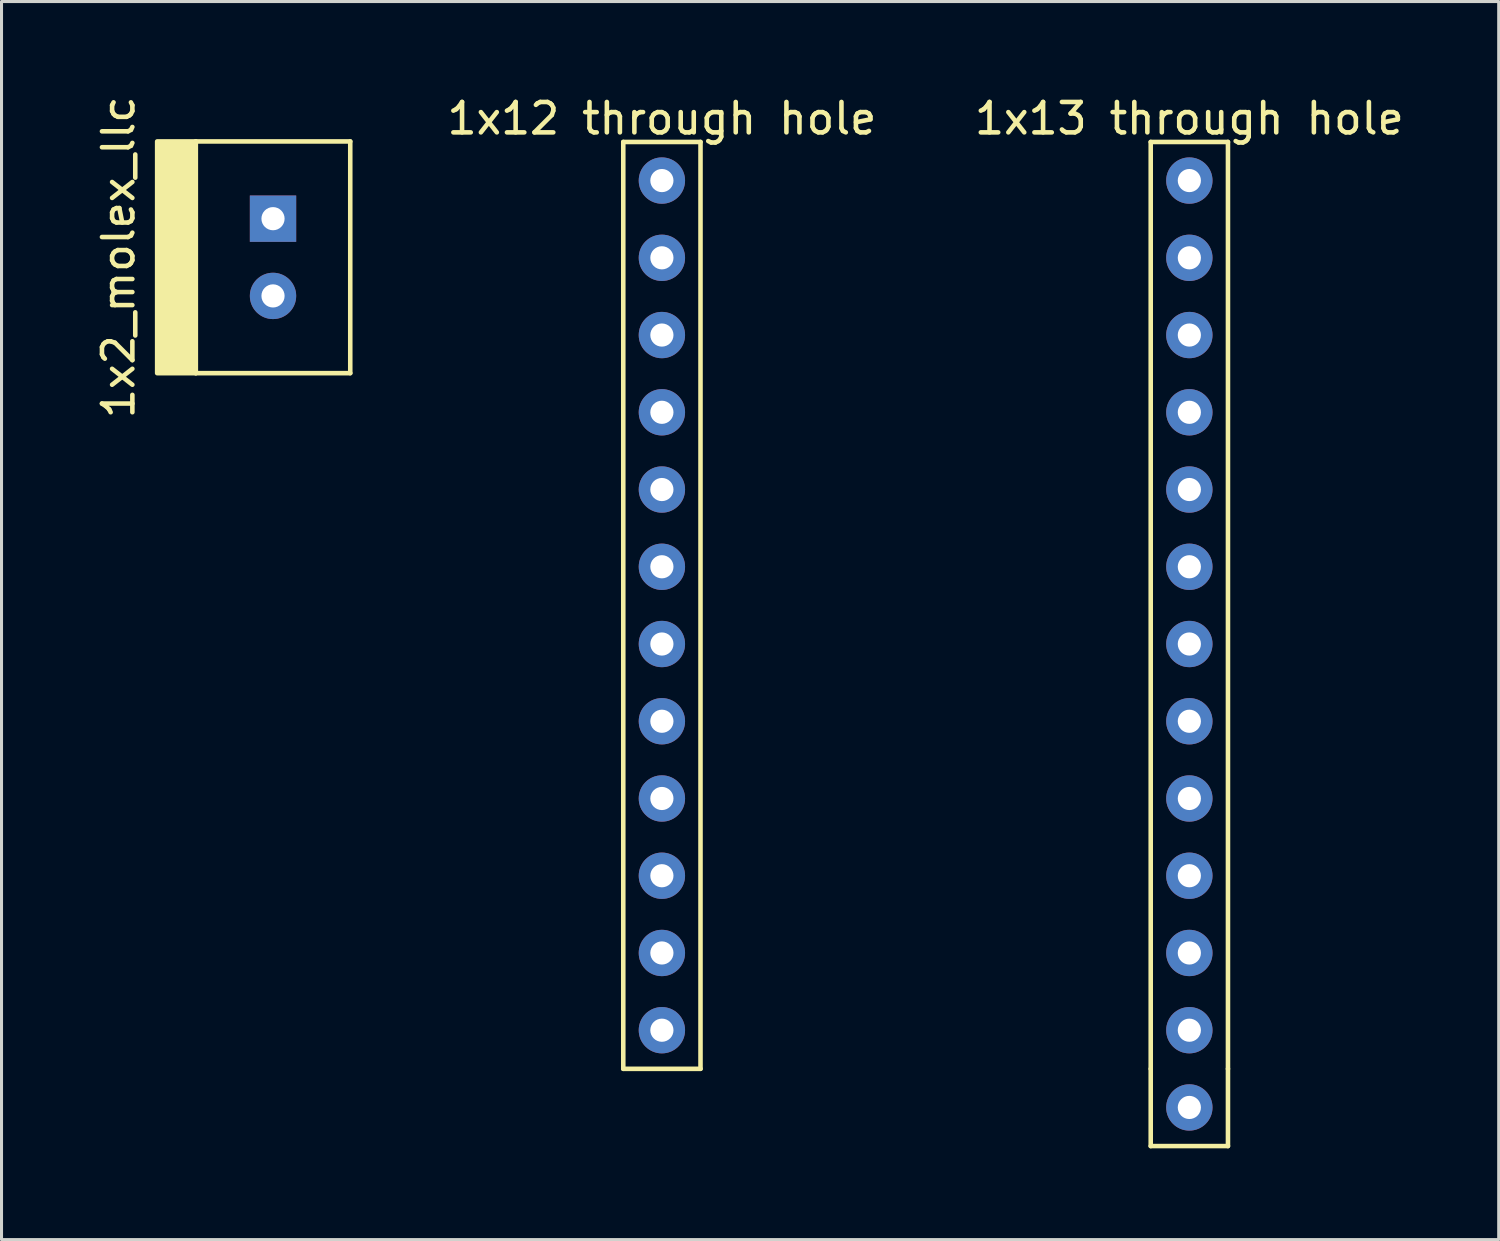
<source format=kicad_pcb>
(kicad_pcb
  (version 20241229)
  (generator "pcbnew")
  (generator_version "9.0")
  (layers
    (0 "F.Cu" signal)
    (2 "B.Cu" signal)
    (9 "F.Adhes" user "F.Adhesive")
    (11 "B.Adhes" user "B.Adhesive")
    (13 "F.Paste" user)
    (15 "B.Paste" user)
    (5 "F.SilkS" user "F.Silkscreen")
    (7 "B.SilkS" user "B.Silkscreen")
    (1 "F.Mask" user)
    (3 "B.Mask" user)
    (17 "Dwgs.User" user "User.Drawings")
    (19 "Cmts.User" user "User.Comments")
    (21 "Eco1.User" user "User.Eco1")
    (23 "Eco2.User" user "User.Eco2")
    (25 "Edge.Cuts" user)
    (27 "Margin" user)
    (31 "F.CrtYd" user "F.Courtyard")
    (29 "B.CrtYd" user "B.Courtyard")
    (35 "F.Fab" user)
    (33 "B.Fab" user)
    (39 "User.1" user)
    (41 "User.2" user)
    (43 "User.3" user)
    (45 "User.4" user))
  (footprint "1x12 through hole"
    (layer "F.Cu")
    (at 18.716 0.348)
    (property "Reference" "1x12 through hole" (at 0 0.5 0) (layer "F.SilkS") (effects (font (size 1 1) (thickness 0.15))))
    (attr through_hole)
    (fp_line (start -1.27 1.27) (end 1.27 1.27) (stroke (width 0.15) (type solid)) (layer "F.SilkS"))
    (fp_line (start -1.27 31.75) (end -1.27 1.27) (stroke (width 0.15) (type solid)) (layer "F.SilkS"))
    (fp_line (start 1.27 1.27) (end 1.27 31.75) (stroke (width 0.15) (type solid)) (layer "F.SilkS"))
    (fp_line (start 1.27 31.75) (end -1.27 31.75) (stroke (width 0.15) (type solid)) (layer "F.SilkS"))
    (pad "1" thru_hole circle (at 0 2.54) (size 1.524 1.524) (drill 0.762) (layers "*.Cu" "*.Mask"))
    (pad "2" thru_hole circle (at 0 5.08) (size 1.524 1.524) (drill 0.762) (layers "*.Cu" "*.Mask"))
    (pad "3" thru_hole circle (at 0 7.62) (size 1.524 1.524) (drill 0.762) (layers "*.Cu" "*.Mask"))
    (pad "4" thru_hole circle (at 0 10.16) (size 1.524 1.524) (drill 0.762) (layers "*.Cu" "*.Mask"))
    (pad "5" thru_hole circle (at 0 12.7) (size 1.524 1.524) (drill 0.762) (layers "*.Cu" "*.Mask"))
    (pad "6" thru_hole circle (at 0 15.24) (size 1.524 1.524) (drill 0.762) (layers "*.Cu" "*.Mask"))
    (pad "7" thru_hole circle (at 0 17.78) (size 1.524 1.524) (drill 0.762) (layers "*.Cu" "*.Mask"))
    (pad "8" thru_hole circle (at 0 20.32) (size 1.524 1.524) (drill 0.762) (layers "*.Cu" "*.Mask"))
    (pad "9" thru_hole circle (at 0 22.86) (size 1.524 1.524) (drill 0.762) (layers "*.Cu" "*.Mask"))
    (pad "10" thru_hole circle (at 0 25.4) (size 1.524 1.524) (drill 0.762) (layers "*.Cu" "*.Mask"))
    (pad "11" thru_hole circle (at 0 27.94) (size 1.524 1.524) (drill 0.762) (layers "*.Cu" "*.Mask"))
    (pad "12" thru_hole circle (at 0 30.48) (size 1.524 1.524) (drill 0.762) (layers "*.Cu" "*.Mask")))
  (footprint "1x13 through hole"
    (layer "F.Cu")
    (at 36.061 0.348)
    (property "Reference" "1x13 through hole" (at 0 0.5 0) (layer "F.SilkS") (effects (font (size 1 1) (thickness 0.15))))
    (attr through_hole)
    (fp_line (start -1.27 1.27) (end 1.27 1.27) (stroke (width 0.15) (type solid)) (layer "F.SilkS"))
    (fp_line (start -1.27 31.75) (end -1.27 1.27) (stroke (width 0.15) (type solid)) (layer "F.SilkS"))
    (fp_line (start -1.27 34.29) (end -1.27 31.75) (stroke (width 0.15) (type solid)) (layer "F.SilkS"))
    (fp_line (start 1.27 1.27) (end 1.27 31.75) (stroke (width 0.15) (type solid)) (layer "F.SilkS"))
    (fp_line (start 1.27 31.75) (end 1.27 34.29) (stroke (width 0.15) (type solid)) (layer "F.SilkS"))
    (fp_line (start 1.27 34.29) (end -1.27 34.29) (stroke (width 0.15) (type solid)) (layer "F.SilkS"))
    (pad "1" thru_hole circle (at 0 2.54) (size 1.524 1.524) (drill 0.762) (layers "*.Cu" "*.Mask"))
    (pad "2" thru_hole circle (at 0 5.08) (size 1.524 1.524) (drill 0.762) (layers "*.Cu" "*.Mask"))
    (pad "3" thru_hole circle (at 0 7.62) (size 1.524 1.524) (drill 0.762) (layers "*.Cu" "*.Mask"))
    (pad "4" thru_hole circle (at 0 10.16) (size 1.524 1.524) (drill 0.762) (layers "*.Cu" "*.Mask"))
    (pad "5" thru_hole circle (at 0 12.7) (size 1.524 1.524) (drill 0.762) (layers "*.Cu" "*.Mask"))
    (pad "6" thru_hole circle (at 0 15.24) (size 1.524 1.524) (drill 0.762) (layers "*.Cu" "*.Mask"))
    (pad "7" thru_hole circle (at 0 17.78) (size 1.524 1.524) (drill 0.762) (layers "*.Cu" "*.Mask"))
    (pad "8" thru_hole circle (at 0 20.32) (size 1.524 1.524) (drill 0.762) (layers "*.Cu" "*.Mask"))
    (pad "9" thru_hole circle (at 0 22.86) (size 1.524 1.524) (drill 0.762) (layers "*.Cu" "*.Mask"))
    (pad "10" thru_hole circle (at 0 25.4) (size 1.524 1.524) (drill 0.762) (layers "*.Cu" "*.Mask"))
    (pad "11" thru_hole circle (at 0 27.94) (size 1.524 1.524) (drill 0.762) (layers "*.Cu" "*.Mask"))
    (pad "12" thru_hole circle (at 0 30.48) (size 1.524 1.524) (drill 0.762) (layers "*.Cu" "*.Mask"))
    (pad "13" thru_hole circle (at 0 33.02) (size 1.524 1.524) (drill 0.762) (layers "*.Cu" "*.Mask")))
  (footprint "1x2_molex_llc"
    (layer "F.Cu")
    (at 5.928 1.601)
    (property "Reference" "1x2_molex_llc" (at -5.08 3.81 90) (layer "F.SilkS") (effects (font (size 1 1) (thickness 0.15))))
    (attr through_hole)
    (fp_line (start -2.54 0) (end 2.54 0) (stroke (width 0.15) (type solid)) (layer "F.SilkS"))
    (fp_line (start -2.54 7.62) (end -2.54 0) (stroke (width 0.15) (type solid)) (layer "F.SilkS"))
    (fp_line (start 2.54 0) (end 2.54 7.62) (stroke (width 0.15) (type solid)) (layer "F.SilkS"))
    (fp_line (start 2.54 7.62) (end -2.54 7.62) (stroke (width 0.15) (type solid)) (layer "F.SilkS"))
    (fp_poly (pts (xy -2.54 0) (xy -3.81 0) (xy -3.81 7.62) (xy -2.54 7.62)) (stroke (width 0.15) (type solid)) (fill yes) (layer "F.SilkS"))
    (pad "1" thru_hole rect (at 0 2.54) (size 1.524 1.524) (drill 0.762) (layers "*.Cu" "*.Mask"))
    (pad "2" thru_hole circle (at 0 5.08) (size 1.524 1.524) (drill 0.762) (layers "*.Cu" "*.Mask")))
  (gr_rect
    (start -3 -3)
    (end 46.234 37.713)
    (stroke (width 0.1) (type default))
    (fill no)
    (layer "Edge.Cuts")))
</source>
